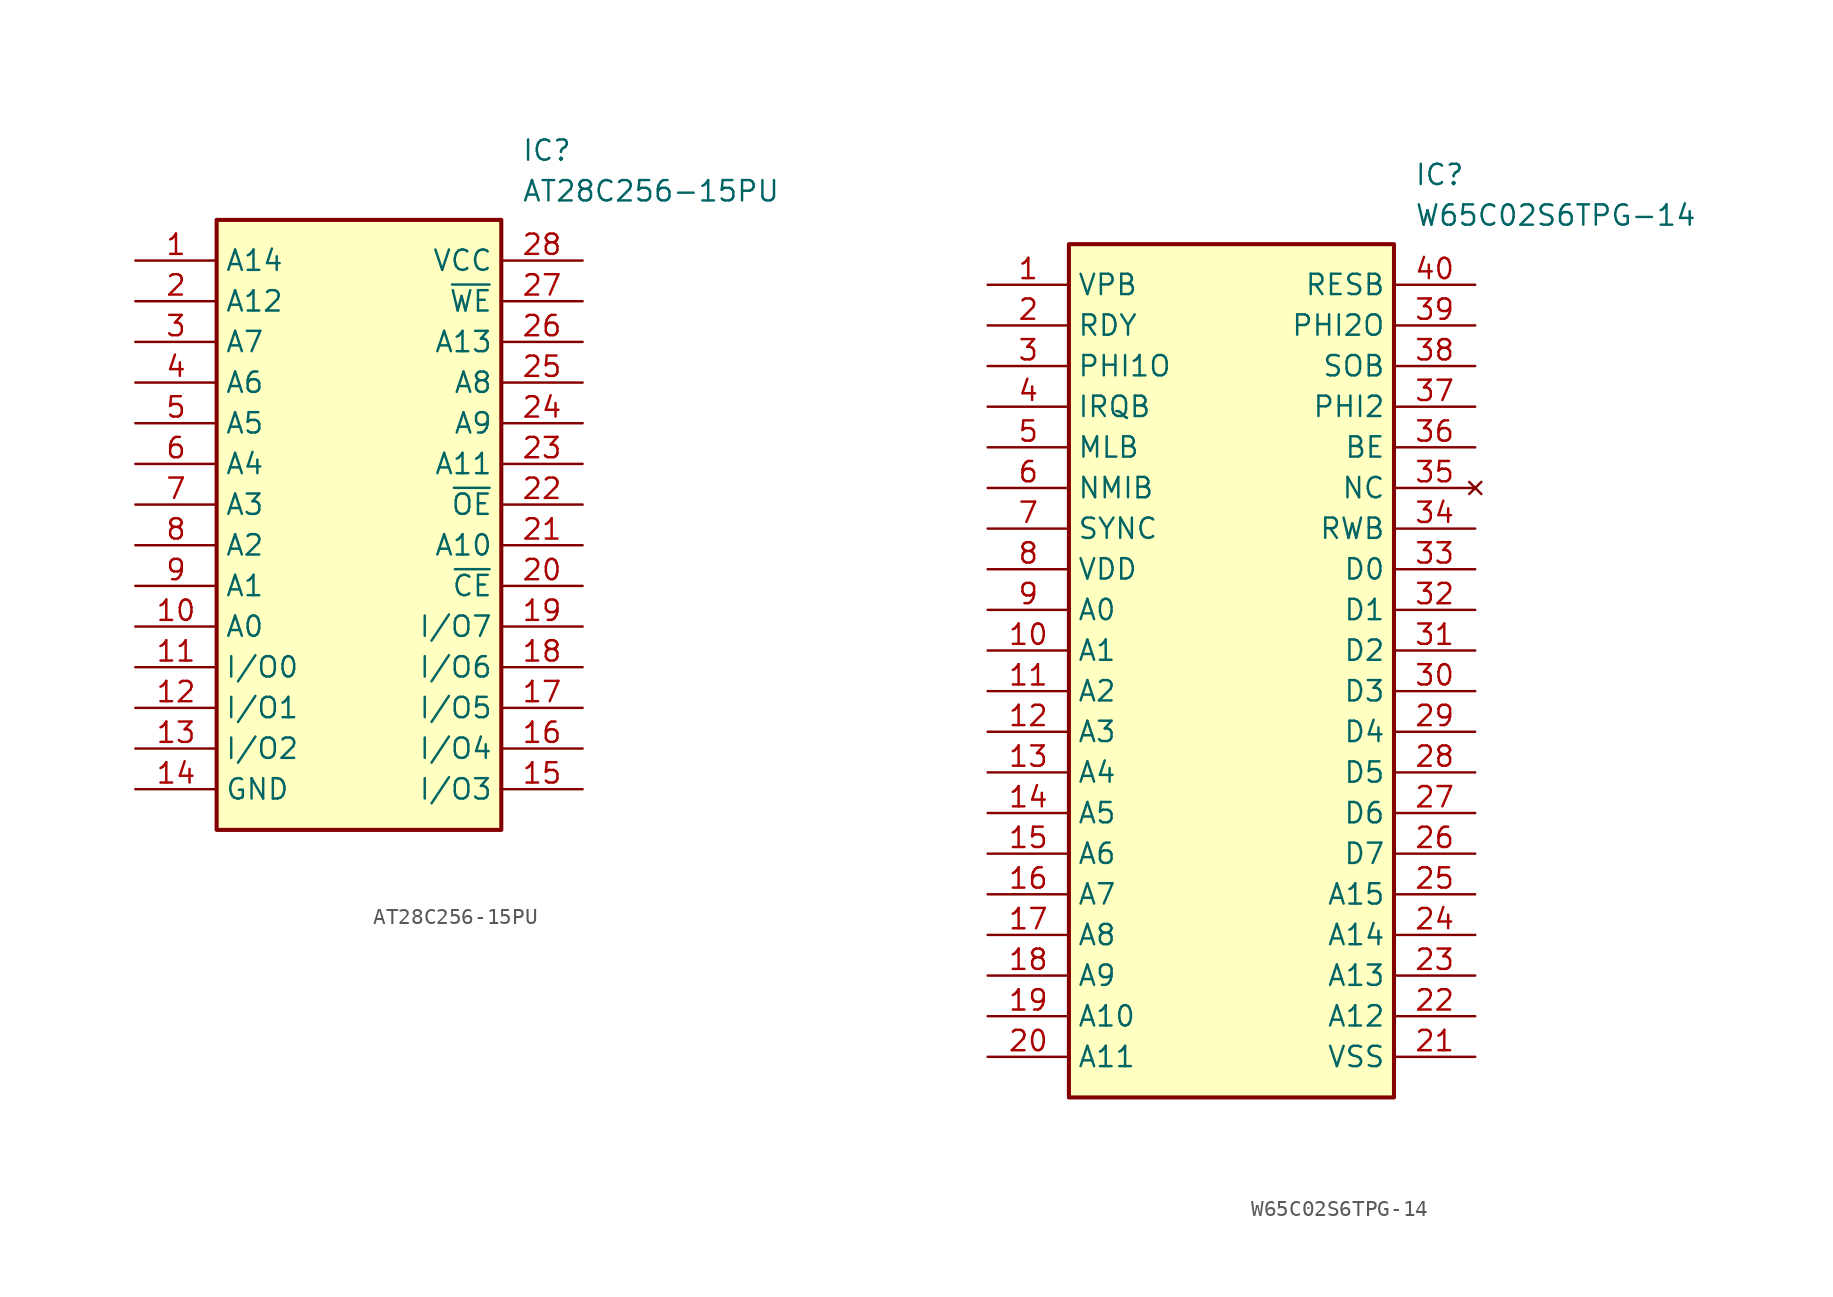
<source format=kicad_sym>
(kicad_symbol_lib
  (version 20231120)
  (generator "kicad_symbol_editor")
  (generator_version "8.0")
  (symbol "AT28C256-15PU"
    (property "Reference" "IC"
      (at 24.13 7.62 0)
      (effects (font (size 1.27 1.27)) (justify left top)))
    (property "Value" "AT28C256-15PU"
      (at 24.13 5.08 0)
      (effects (font (size 1.27 1.27)) (justify left top)))
    (symbol "AT28C256-15PU_1_1"
      (rectangle (start 5.08 2.54) (end 22.86 -35.56) (stroke (width 0.254) (type default)) (fill (type background)))
      (pin passive line (at 0 0 0) (length 5.08) (name "A14" (effects (font (size 1.27 1.27)))) (number "1" (effects (font (size 1.27 1.27)))))
      (pin passive line (at 0 -22.86 0) (length 5.08) (name "A0" (effects (font (size 1.27 1.27)))) (number "10" (effects (font (size 1.27 1.27)))))
      (pin passive line (at 0 -25.4 0) (length 5.08) (name "I/O0" (effects (font (size 1.27 1.27)))) (number "11" (effects (font (size 1.27 1.27)))))
      (pin passive line (at 0 -27.94 0) (length 5.08) (name "I/O1" (effects (font (size 1.27 1.27)))) (number "12" (effects (font (size 1.27 1.27)))))
      (pin passive line (at 0 -30.48 0) (length 5.08) (name "I/O2" (effects (font (size 1.27 1.27)))) (number "13" (effects (font (size 1.27 1.27)))))
      (pin passive line (at 0 -33.02 0) (length 5.08) (name "GND" (effects (font (size 1.27 1.27)))) (number "14" (effects (font (size 1.27 1.27)))))
      (pin passive line (at 27.94 -33.02 180) (length 5.08) (name "I/O3" (effects (font (size 1.27 1.27)))) (number "15" (effects (font (size 1.27 1.27)))))
      (pin passive line (at 27.94 -30.48 180) (length 5.08) (name "I/O4" (effects (font (size 1.27 1.27)))) (number "16" (effects (font (size 1.27 1.27)))))
      (pin passive line (at 27.94 -27.94 180) (length 5.08) (name "I/O5" (effects (font (size 1.27 1.27)))) (number "17" (effects (font (size 1.27 1.27)))))
      (pin passive line (at 27.94 -25.4 180) (length 5.08) (name "I/O6" (effects (font (size 1.27 1.27)))) (number "18" (effects (font (size 1.27 1.27)))))
      (pin passive line (at 27.94 -22.86 180) (length 5.08) (name "I/O7" (effects (font (size 1.27 1.27)))) (number "19" (effects (font (size 1.27 1.27)))))
      (pin passive line (at 0 -2.54 0) (length 5.08) (name "A12" (effects (font (size 1.27 1.27)))) (number "2" (effects (font (size 1.27 1.27)))))
      (pin passive line (at 27.94 -20.32 180) (length 5.08) (name "~{CE}" (effects (font (size 1.27 1.27)))) (number "20" (effects (font (size 1.27 1.27)))))
      (pin passive line (at 27.94 -17.78 180) (length 5.08) (name "A10" (effects (font (size 1.27 1.27)))) (number "21" (effects (font (size 1.27 1.27)))))
      (pin passive line (at 27.94 -15.24 180) (length 5.08) (name "~{OE}" (effects (font (size 1.27 1.27)))) (number "22" (effects (font (size 1.27 1.27)))))
      (pin passive line (at 27.94 -12.7 180) (length 5.08) (name "A11" (effects (font (size 1.27 1.27)))) (number "23" (effects (font (size 1.27 1.27)))))
      (pin passive line (at 27.94 -10.16 180) (length 5.08) (name "A9" (effects (font (size 1.27 1.27)))) (number "24" (effects (font (size 1.27 1.27)))))
      (pin passive line (at 27.94 -7.62 180) (length 5.08) (name "A8" (effects (font (size 1.27 1.27)))) (number "25" (effects (font (size 1.27 1.27)))))
      (pin passive line (at 27.94 -5.08 180) (length 5.08) (name "A13" (effects (font (size 1.27 1.27)))) (number "26" (effects (font (size 1.27 1.27)))))
      (pin passive line (at 27.94 -2.54 180) (length 5.08) (name "~{WE}" (effects (font (size 1.27 1.27)))) (number "27" (effects (font (size 1.27 1.27)))))
      (pin passive line (at 27.94 0 180) (length 5.08) (name "VCC" (effects (font (size 1.27 1.27)))) (number "28" (effects (font (size 1.27 1.27)))))
      (pin passive line (at 0 -5.08 0) (length 5.08) (name "A7" (effects (font (size 1.27 1.27)))) (number "3" (effects (font (size 1.27 1.27)))))
      (pin passive line (at 0 -7.62 0) (length 5.08) (name "A6" (effects (font (size 1.27 1.27)))) (number "4" (effects (font (size 1.27 1.27)))))
      (pin passive line (at 0 -10.16 0) (length 5.08) (name "A5" (effects (font (size 1.27 1.27)))) (number "5" (effects (font (size 1.27 1.27)))))
      (pin passive line (at 0 -12.7 0) (length 5.08) (name "A4" (effects (font (size 1.27 1.27)))) (number "6" (effects (font (size 1.27 1.27)))))
      (pin passive line (at 0 -15.24 0) (length 5.08) (name "A3" (effects (font (size 1.27 1.27)))) (number "7" (effects (font (size 1.27 1.27)))))
      (pin passive line (at 0 -17.78 0) (length 5.08) (name "A2" (effects (font (size 1.27 1.27)))) (number "8" (effects (font (size 1.27 1.27)))))
      (pin passive line (at 0 -20.32 0) (length 5.08) (name "A1" (effects (font (size 1.27 1.27)))) (number "9" (effects (font (size 1.27 1.27)))))))
  (symbol "W65C02S6TPG-14"
    (property "Reference" "IC"
      (at 26.67 7.62 0)
      (effects (font (size 1.27 1.27)) (justify left top)))
    (property "Value" "W65C02S6TPG-14"
      (at 26.67 5.08 0)
      (effects (font (size 1.27 1.27)) (justify left top)))
    (symbol "W65C02S6TPG-14_1_1"
      (rectangle (start 5.08 2.54) (end 25.4 -50.8) (stroke (width 0.254) (type default)) (fill (type background)))
      (pin passive line (at 0 0 0) (length 5.08) (name "VPB" (effects (font (size 1.27 1.27)))) (number "1" (effects (font (size 1.27 1.27)))))
      (pin output line (at 0 -22.86 0) (length 5.08) (name "A1" (effects (font (size 1.27 1.27)))) (number "10" (effects (font (size 1.27 1.27)))))
      (pin output line (at 0 -25.4 0) (length 5.08) (name "A2" (effects (font (size 1.27 1.27)))) (number "11" (effects (font (size 1.27 1.27)))))
      (pin output line (at 0 -27.94 0) (length 5.08) (name "A3" (effects (font (size 1.27 1.27)))) (number "12" (effects (font (size 1.27 1.27)))))
      (pin output line (at 0 -30.48 0) (length 5.08) (name "A4" (effects (font (size 1.27 1.27)))) (number "13" (effects (font (size 1.27 1.27)))))
      (pin output line (at 0 -33.02 0) (length 5.08) (name "A5" (effects (font (size 1.27 1.27)))) (number "14" (effects (font (size 1.27 1.27)))))
      (pin output line (at 0 -35.56 0) (length 5.08) (name "A6" (effects (font (size 1.27 1.27)))) (number "15" (effects (font (size 1.27 1.27)))))
      (pin output line (at 0 -38.1 0) (length 5.08) (name "A7" (effects (font (size 1.27 1.27)))) (number "16" (effects (font (size 1.27 1.27)))))
      (pin output line (at 0 -40.64 0) (length 5.08) (name "A8" (effects (font (size 1.27 1.27)))) (number "17" (effects (font (size 1.27 1.27)))))
      (pin output line (at 0 -43.18 0) (length 5.08) (name "A9" (effects (font (size 1.27 1.27)))) (number "18" (effects (font (size 1.27 1.27)))))
      (pin output line (at 0 -45.72 0) (length 5.08) (name "A10" (effects (font (size 1.27 1.27)))) (number "19" (effects (font (size 1.27 1.27)))))
      (pin passive line (at 0 -2.54 0) (length 5.08) (name "RDY" (effects (font (size 1.27 1.27)))) (number "2" (effects (font (size 1.27 1.27)))))
      (pin output line (at 0 -48.26 0) (length 5.08) (name "A11" (effects (font (size 1.27 1.27)))) (number "20" (effects (font (size 1.27 1.27)))))
      (pin power_in line (at 30.48 -48.26 180) (length 5.08) (name "VSS" (effects (font (size 1.27 1.27)))) (number "21" (effects (font (size 1.27 1.27)))))
      (pin output line (at 30.48 -45.72 180) (length 5.08) (name "A12" (effects (font (size 1.27 1.27)))) (number "22" (effects (font (size 1.27 1.27)))))
      (pin output line (at 30.48 -43.18 180) (length 5.08) (name "A13" (effects (font (size 1.27 1.27)))) (number "23" (effects (font (size 1.27 1.27)))))
      (pin output line (at 30.48 -40.64 180) (length 5.08) (name "A14" (effects (font (size 1.27 1.27)))) (number "24" (effects (font (size 1.27 1.27)))))
      (pin output line (at 30.48 -38.1 180) (length 5.08) (name "A15" (effects (font (size 1.27 1.27)))) (number "25" (effects (font (size 1.27 1.27)))))
      (pin output line (at 30.48 -35.56 180) (length 5.08) (name "D7" (effects (font (size 1.27 1.27)))) (number "26" (effects (font (size 1.27 1.27)))))
      (pin output line (at 30.48 -33.02 180) (length 5.08) (name "D6" (effects (font (size 1.27 1.27)))) (number "27" (effects (font (size 1.27 1.27)))))
      (pin output line (at 30.48 -30.48 180) (length 5.08) (name "D5" (effects (font (size 1.27 1.27)))) (number "28" (effects (font (size 1.27 1.27)))))
      (pin output line (at 30.48 -27.94 180) (length 5.08) (name "D4" (effects (font (size 1.27 1.27)))) (number "29" (effects (font (size 1.27 1.27)))))
      (pin passive line (at 0 -5.08 0) (length 5.08) (name "PHI1O" (effects (font (size 1.27 1.27)))) (number "3" (effects (font (size 1.27 1.27)))))
      (pin output line (at 30.48 -25.4 180) (length 5.08) (name "D3" (effects (font (size 1.27 1.27)))) (number "30" (effects (font (size 1.27 1.27)))))
      (pin output line (at 30.48 -22.86 180) (length 5.08) (name "D2" (effects (font (size 1.27 1.27)))) (number "31" (effects (font (size 1.27 1.27)))))
      (pin output line (at 30.48 -20.32 180) (length 5.08) (name "D1" (effects (font (size 1.27 1.27)))) (number "32" (effects (font (size 1.27 1.27)))))
      (pin output line (at 30.48 -17.78 180) (length 5.08) (name "D0" (effects (font (size 1.27 1.27)))) (number "33" (effects (font (size 1.27 1.27)))))
      (pin output line (at 30.48 -15.24 180) (length 5.08) (name "RWB" (effects (font (size 1.27 1.27)))) (number "34" (effects (font (size 1.27 1.27)))))
      (pin no_connect line (at 30.48 -12.7 180) (length 5.08) (name "NC" (effects (font (size 1.27 1.27)))) (number "35" (effects (font (size 1.27 1.27)))))
      (pin passive line (at 30.48 -10.16 180) (length 5.08) (name "BE" (effects (font (size 1.27 1.27)))) (number "36" (effects (font (size 1.27 1.27)))))
      (pin passive line (at 30.48 -7.62 180) (length 5.08) (name "PHI2" (effects (font (size 1.27 1.27)))) (number "37" (effects (font (size 1.27 1.27)))))
      (pin passive line (at 30.48 -5.08 180) (length 5.08) (name "SOB" (effects (font (size 1.27 1.27)))) (number "38" (effects (font (size 1.27 1.27)))))
      (pin passive line (at 30.48 -2.54 180) (length 5.08) (name "PHI2O" (effects (font (size 1.27 1.27)))) (number "39" (effects (font (size 1.27 1.27)))))
      (pin input line (at 0 -7.62 0) (length 5.08) (name "IRQB" (effects (font (size 1.27 1.27)))) (number "4" (effects (font (size 1.27 1.27)))))
      (pin input line (at 30.48 0 180) (length 5.08) (name "RESB" (effects (font (size 1.27 1.27)))) (number "40" (effects (font (size 1.27 1.27)))))
      (pin passive line (at 0 -10.16 0) (length 5.08) (name "MLB" (effects (font (size 1.27 1.27)))) (number "5" (effects (font (size 1.27 1.27)))))
      (pin input line (at 0 -12.7 0) (length 5.08) (name "NMIB" (effects (font (size 1.27 1.27)))) (number "6" (effects (font (size 1.27 1.27)))))
      (pin output line (at 0 -15.24 0) (length 5.08) (name "SYNC" (effects (font (size 1.27 1.27)))) (number "7" (effects (font (size 1.27 1.27)))))
      (pin power_in line (at 0 -17.78 0) (length 5.08) (name "VDD" (effects (font (size 1.27 1.27)))) (number "8" (effects (font (size 1.27 1.27)))))
      (pin output line (at 0 -20.32 0) (length 5.08) (name "A0" (effects (font (size 1.27 1.27)))) (number "9" (effects (font (size 1.27 1.27))))))))
</source>
